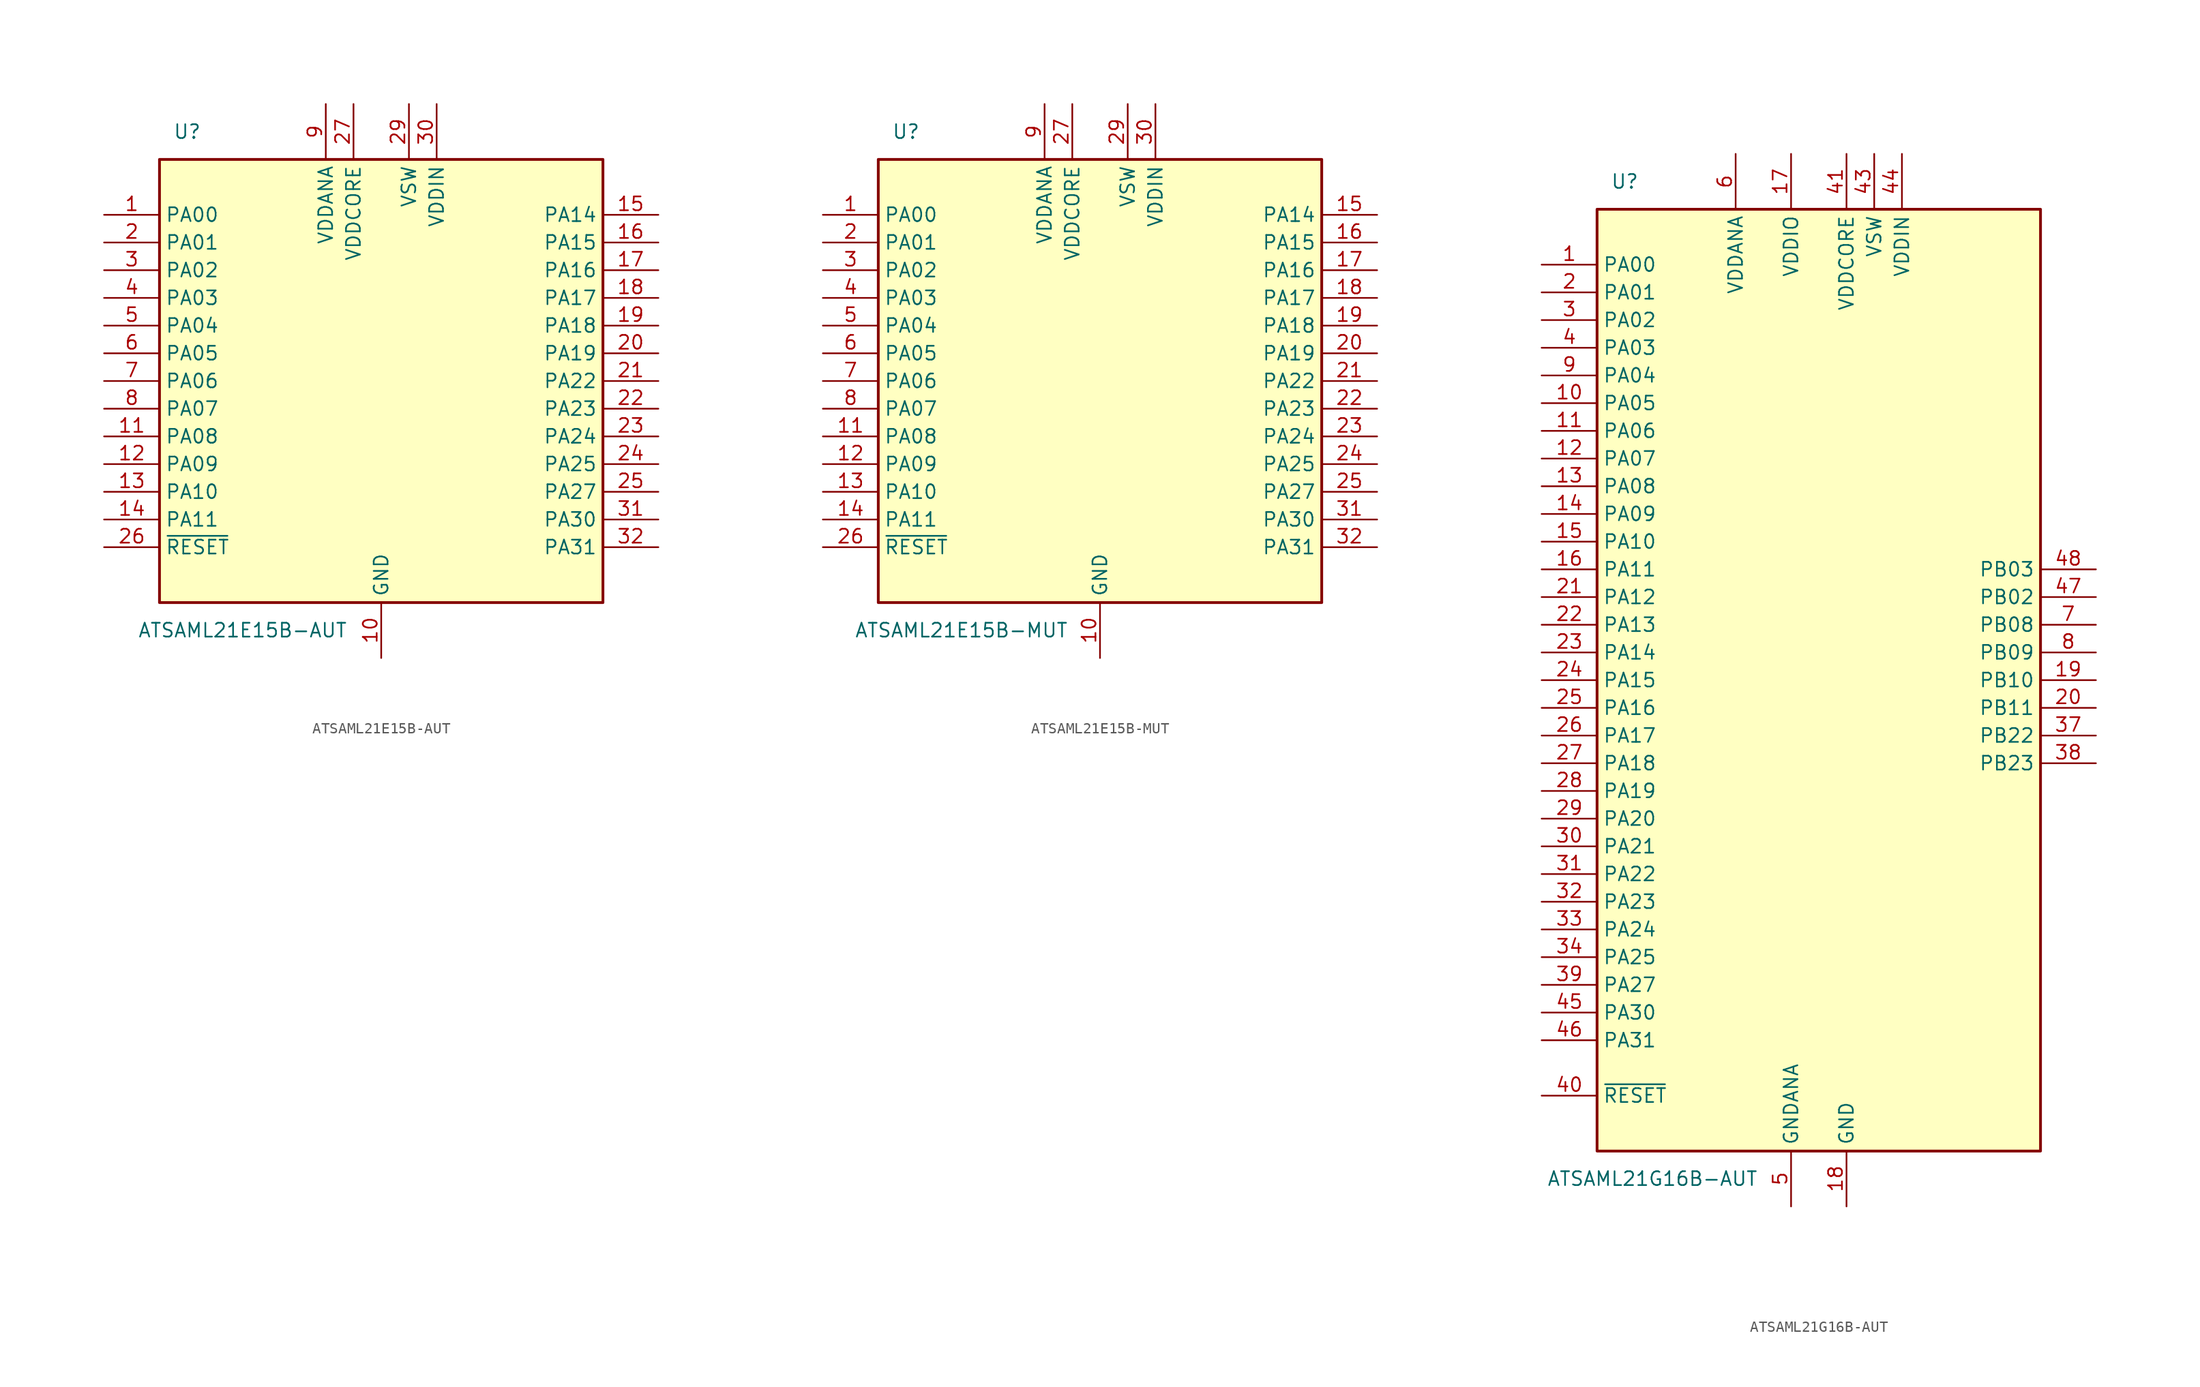
<source format=kicad_sym>
(kicad_symbol_lib
  (version 20201005)
  (generator kicad_symbol_editor)
  (symbol "ATSAML21E15B-AUT"
    (property "Reference" "U"
      (at -17.78 22.86 0)
      (effects (font (size 1.27 1.27))))
    (property "Value" "ATSAML21E15B-AUT"
      (at -12.7 -22.86 0)
      (effects (font (size 1.27 1.27))))
    (symbol "ATSAML21E15B-AUT_0_1"
      (rectangle (start -20.32 20.32) (end 20.32 -20.32) (stroke (width 0.254)) (fill (type background))))
    (symbol "ATSAML21E15B-AUT_1_1"
      (pin bidirectional line (at -25.4 15.24 0) (length 5.08) (name "PA00" (effects (font (size 1.27 1.27)))) (number "1" (effects (font (size 1.27 1.27)))))
      (pin power_in line (at 0 -25.4 90) (length 5.08) (name "GND" (effects (font (size 1.27 1.27)))) (number "10" (effects (font (size 1.27 1.27)))))
      (pin bidirectional line (at -25.4 -5.08 0) (length 5.08) (name "PA08" (effects (font (size 1.27 1.27)))) (number "11" (effects (font (size 1.27 1.27)))))
      (pin bidirectional line (at -25.4 -7.62 0) (length 5.08) (name "PA09" (effects (font (size 1.27 1.27)))) (number "12" (effects (font (size 1.27 1.27)))))
      (pin bidirectional line (at -25.4 -10.16 0) (length 5.08) (name "PA10" (effects (font (size 1.27 1.27)))) (number "13" (effects (font (size 1.27 1.27)))))
      (pin bidirectional line (at -25.4 -12.7 0) (length 5.08) (name "PA11" (effects (font (size 1.27 1.27)))) (number "14" (effects (font (size 1.27 1.27)))))
      (pin bidirectional line (at 25.4 15.24 180) (length 5.08) (name "PA14" (effects (font (size 1.27 1.27)))) (number "15" (effects (font (size 1.27 1.27)))))
      (pin bidirectional line (at 25.4 12.7 180) (length 5.08) (name "PA15" (effects (font (size 1.27 1.27)))) (number "16" (effects (font (size 1.27 1.27)))))
      (pin bidirectional line (at 25.4 10.16 180) (length 5.08) (name "PA16" (effects (font (size 1.27 1.27)))) (number "17" (effects (font (size 1.27 1.27)))))
      (pin bidirectional line (at 25.4 7.62 180) (length 5.08) (name "PA17" (effects (font (size 1.27 1.27)))) (number "18" (effects (font (size 1.27 1.27)))))
      (pin bidirectional line (at 25.4 5.08 180) (length 5.08) (name "PA18" (effects (font (size 1.27 1.27)))) (number "19" (effects (font (size 1.27 1.27)))))
      (pin bidirectional line (at -25.4 12.7 0) (length 5.08) (name "PA01" (effects (font (size 1.27 1.27)))) (number "2" (effects (font (size 1.27 1.27)))))
      (pin bidirectional line (at 25.4 2.54 180) (length 5.08) (name "PA19" (effects (font (size 1.27 1.27)))) (number "20" (effects (font (size 1.27 1.27)))))
      (pin bidirectional line (at 25.4 0 180) (length 5.08) (name "PA22" (effects (font (size 1.27 1.27)))) (number "21" (effects (font (size 1.27 1.27)))))
      (pin bidirectional line (at 25.4 -2.54 180) (length 5.08) (name "PA23" (effects (font (size 1.27 1.27)))) (number "22" (effects (font (size 1.27 1.27)))))
      (pin bidirectional line (at 25.4 -5.08 180) (length 5.08) (name "PA24" (effects (font (size 1.27 1.27)))) (number "23" (effects (font (size 1.27 1.27)))))
      (pin bidirectional line (at 25.4 -7.62 180) (length 5.08) (name "PA25" (effects (font (size 1.27 1.27)))) (number "24" (effects (font (size 1.27 1.27)))))
      (pin bidirectional line (at 25.4 -10.16 180) (length 5.08) (name "PA27" (effects (font (size 1.27 1.27)))) (number "25" (effects (font (size 1.27 1.27)))))
      (pin input line (at -25.4 -15.24 0) (length 5.08) (name "~RESET" (effects (font (size 1.27 1.27)))) (number "26" (effects (font (size 1.27 1.27)))))
      (pin power_in line (at -2.54 25.4 270) (length 5.08) (name "VDDCORE" (effects (font (size 1.27 1.27)))) (number "27" (effects (font (size 1.27 1.27)))))
      (pin passive line (at 0 -25.4 90) (length 5.08) hide (name "GND" (effects (font (size 1.27 1.27)))) (number "28" (effects (font (size 1.27 1.27)))))
      (pin power_out line (at 2.54 25.4 270) (length 5.08) (name "VSW" (effects (font (size 1.27 1.27)))) (number "29" (effects (font (size 1.27 1.27)))))
      (pin bidirectional line (at -25.4 10.16 0) (length 5.08) (name "PA02" (effects (font (size 1.27 1.27)))) (number "3" (effects (font (size 1.27 1.27)))))
      (pin power_in line (at 5.08 25.4 270) (length 5.08) (name "VDDIN" (effects (font (size 1.27 1.27)))) (number "30" (effects (font (size 1.27 1.27)))))
      (pin bidirectional line (at 25.4 -12.7 180) (length 5.08) (name "PA30" (effects (font (size 1.27 1.27)))) (number "31" (effects (font (size 1.27 1.27)))))
      (pin bidirectional line (at 25.4 -15.24 180) (length 5.08) (name "PA31" (effects (font (size 1.27 1.27)))) (number "32" (effects (font (size 1.27 1.27)))))
      (pin bidirectional line (at -25.4 7.62 0) (length 5.08) (name "PA03" (effects (font (size 1.27 1.27)))) (number "4" (effects (font (size 1.27 1.27)))))
      (pin bidirectional line (at -25.4 5.08 0) (length 5.08) (name "PA04" (effects (font (size 1.27 1.27)))) (number "5" (effects (font (size 1.27 1.27)))))
      (pin bidirectional line (at -25.4 2.54 0) (length 5.08) (name "PA05" (effects (font (size 1.27 1.27)))) (number "6" (effects (font (size 1.27 1.27)))))
      (pin bidirectional line (at -25.4 0 0) (length 5.08) (name "PA06" (effects (font (size 1.27 1.27)))) (number "7" (effects (font (size 1.27 1.27)))))
      (pin bidirectional line (at -25.4 -2.54 0) (length 5.08) (name "PA07" (effects (font (size 1.27 1.27)))) (number "8" (effects (font (size 1.27 1.27)))))
      (pin power_in line (at -5.08 25.4 270) (length 5.08) (name "VDDANA" (effects (font (size 1.27 1.27)))) (number "9" (effects (font (size 1.27 1.27)))))))
  (symbol "ATSAML21E15B-MUT"
    (property "Reference" "U"
      (at -17.78 22.86 0)
      (effects (font (size 1.27 1.27))))
    (property "Value" "ATSAML21E15B-MUT"
      (at -12.7 -22.86 0)
      (effects (font (size 1.27 1.27))))
    (symbol "ATSAML21E15B-MUT_0_1"
      (rectangle (start -20.32 20.32) (end 20.32 -20.32) (stroke (width 0.254)) (fill (type background))))
    (symbol "ATSAML21E15B-MUT_1_1"
      (pin bidirectional line (at -25.4 15.24 0) (length 5.08) (name "PA00" (effects (font (size 1.27 1.27)))) (number "1" (effects (font (size 1.27 1.27)))))
      (pin power_in line (at 0 -25.4 90) (length 5.08) (name "GND" (effects (font (size 1.27 1.27)))) (number "10" (effects (font (size 1.27 1.27)))))
      (pin bidirectional line (at -25.4 -5.08 0) (length 5.08) (name "PA08" (effects (font (size 1.27 1.27)))) (number "11" (effects (font (size 1.27 1.27)))))
      (pin bidirectional line (at -25.4 -7.62 0) (length 5.08) (name "PA09" (effects (font (size 1.27 1.27)))) (number "12" (effects (font (size 1.27 1.27)))))
      (pin bidirectional line (at -25.4 -10.16 0) (length 5.08) (name "PA10" (effects (font (size 1.27 1.27)))) (number "13" (effects (font (size 1.27 1.27)))))
      (pin bidirectional line (at -25.4 -12.7 0) (length 5.08) (name "PA11" (effects (font (size 1.27 1.27)))) (number "14" (effects (font (size 1.27 1.27)))))
      (pin bidirectional line (at 25.4 15.24 180) (length 5.08) (name "PA14" (effects (font (size 1.27 1.27)))) (number "15" (effects (font (size 1.27 1.27)))))
      (pin bidirectional line (at 25.4 12.7 180) (length 5.08) (name "PA15" (effects (font (size 1.27 1.27)))) (number "16" (effects (font (size 1.27 1.27)))))
      (pin bidirectional line (at 25.4 10.16 180) (length 5.08) (name "PA16" (effects (font (size 1.27 1.27)))) (number "17" (effects (font (size 1.27 1.27)))))
      (pin bidirectional line (at 25.4 7.62 180) (length 5.08) (name "PA17" (effects (font (size 1.27 1.27)))) (number "18" (effects (font (size 1.27 1.27)))))
      (pin bidirectional line (at 25.4 5.08 180) (length 5.08) (name "PA18" (effects (font (size 1.27 1.27)))) (number "19" (effects (font (size 1.27 1.27)))))
      (pin bidirectional line (at -25.4 12.7 0) (length 5.08) (name "PA01" (effects (font (size 1.27 1.27)))) (number "2" (effects (font (size 1.27 1.27)))))
      (pin bidirectional line (at 25.4 2.54 180) (length 5.08) (name "PA19" (effects (font (size 1.27 1.27)))) (number "20" (effects (font (size 1.27 1.27)))))
      (pin bidirectional line (at 25.4 0 180) (length 5.08) (name "PA22" (effects (font (size 1.27 1.27)))) (number "21" (effects (font (size 1.27 1.27)))))
      (pin bidirectional line (at 25.4 -2.54 180) (length 5.08) (name "PA23" (effects (font (size 1.27 1.27)))) (number "22" (effects (font (size 1.27 1.27)))))
      (pin bidirectional line (at 25.4 -5.08 180) (length 5.08) (name "PA24" (effects (font (size 1.27 1.27)))) (number "23" (effects (font (size 1.27 1.27)))))
      (pin bidirectional line (at 25.4 -7.62 180) (length 5.08) (name "PA25" (effects (font (size 1.27 1.27)))) (number "24" (effects (font (size 1.27 1.27)))))
      (pin bidirectional line (at 25.4 -10.16 180) (length 5.08) (name "PA27" (effects (font (size 1.27 1.27)))) (number "25" (effects (font (size 1.27 1.27)))))
      (pin input line (at -25.4 -15.24 0) (length 5.08) (name "~RESET" (effects (font (size 1.27 1.27)))) (number "26" (effects (font (size 1.27 1.27)))))
      (pin power_in line (at -2.54 25.4 270) (length 5.08) (name "VDDCORE" (effects (font (size 1.27 1.27)))) (number "27" (effects (font (size 1.27 1.27)))))
      (pin passive line (at 0 -25.4 90) (length 5.08) hide (name "GND" (effects (font (size 1.27 1.27)))) (number "28" (effects (font (size 1.27 1.27)))))
      (pin power_out line (at 2.54 25.4 270) (length 5.08) (name "VSW" (effects (font (size 1.27 1.27)))) (number "29" (effects (font (size 1.27 1.27)))))
      (pin bidirectional line (at -25.4 10.16 0) (length 5.08) (name "PA02" (effects (font (size 1.27 1.27)))) (number "3" (effects (font (size 1.27 1.27)))))
      (pin power_in line (at 5.08 25.4 270) (length 5.08) (name "VDDIN" (effects (font (size 1.27 1.27)))) (number "30" (effects (font (size 1.27 1.27)))))
      (pin bidirectional line (at 25.4 -12.7 180) (length 5.08) (name "PA30" (effects (font (size 1.27 1.27)))) (number "31" (effects (font (size 1.27 1.27)))))
      (pin bidirectional line (at 25.4 -15.24 180) (length 5.08) (name "PA31" (effects (font (size 1.27 1.27)))) (number "32" (effects (font (size 1.27 1.27)))))
      (pin bidirectional line (at -25.4 7.62 0) (length 5.08) (name "PA03" (effects (font (size 1.27 1.27)))) (number "4" (effects (font (size 1.27 1.27)))))
      (pin bidirectional line (at -25.4 5.08 0) (length 5.08) (name "PA04" (effects (font (size 1.27 1.27)))) (number "5" (effects (font (size 1.27 1.27)))))
      (pin bidirectional line (at -25.4 2.54 0) (length 5.08) (name "PA05" (effects (font (size 1.27 1.27)))) (number "6" (effects (font (size 1.27 1.27)))))
      (pin bidirectional line (at -25.4 0 0) (length 5.08) (name "PA06" (effects (font (size 1.27 1.27)))) (number "7" (effects (font (size 1.27 1.27)))))
      (pin bidirectional line (at -25.4 -2.54 0) (length 5.08) (name "PA07" (effects (font (size 1.27 1.27)))) (number "8" (effects (font (size 1.27 1.27)))))
      (pin power_in line (at -5.08 25.4 270) (length 5.08) (name "VDDANA" (effects (font (size 1.27 1.27)))) (number "9" (effects (font (size 1.27 1.27)))))))
  (symbol "ATSAML21G16B-AUT"
    (property "Reference" "U"
      (at -17.78 45.72 0)
      (effects (font (size 1.27 1.27))))
    (property "Value" "ATSAML21G16B-AUT"
      (at -15.24 -45.72 0)
      (effects (font (size 1.27 1.27))))
    (symbol "ATSAML21G16B-AUT_0_1"
      (rectangle (start -20.32 43.18) (end 20.32 -43.18) (stroke (width 0.254)) (fill (type background))))
    (symbol "ATSAML21G16B-AUT_1_1"
      (pin bidirectional line (at -25.4 38.1 0) (length 5.08) (name "PA00" (effects (font (size 1.27 1.27)))) (number "1" (effects (font (size 1.27 1.27)))))
      (pin bidirectional line (at -25.4 25.4 0) (length 5.08) (name "PA05" (effects (font (size 1.27 1.27)))) (number "10" (effects (font (size 1.27 1.27)))))
      (pin bidirectional line (at -25.4 22.86 0) (length 5.08) (name "PA06" (effects (font (size 1.27 1.27)))) (number "11" (effects (font (size 1.27 1.27)))))
      (pin bidirectional line (at -25.4 20.32 0) (length 5.08) (name "PA07" (effects (font (size 1.27 1.27)))) (number "12" (effects (font (size 1.27 1.27)))))
      (pin bidirectional line (at -25.4 17.78 0) (length 5.08) (name "PA08" (effects (font (size 1.27 1.27)))) (number "13" (effects (font (size 1.27 1.27)))))
      (pin bidirectional line (at -25.4 15.24 0) (length 5.08) (name "PA09" (effects (font (size 1.27 1.27)))) (number "14" (effects (font (size 1.27 1.27)))))
      (pin bidirectional line (at -25.4 12.7 0) (length 5.08) (name "PA10" (effects (font (size 1.27 1.27)))) (number "15" (effects (font (size 1.27 1.27)))))
      (pin bidirectional line (at -25.4 10.16 0) (length 5.08) (name "PA11" (effects (font (size 1.27 1.27)))) (number "16" (effects (font (size 1.27 1.27)))))
      (pin power_in line (at -2.54 48.26 270) (length 5.08) (name "VDDIO" (effects (font (size 1.27 1.27)))) (number "17" (effects (font (size 1.27 1.27)))))
      (pin power_in line (at 2.54 -48.26 90) (length 5.08) (name "GND" (effects (font (size 1.27 1.27)))) (number "18" (effects (font (size 1.27 1.27)))))
      (pin bidirectional line (at 25.4 0 180) (length 5.08) (name "PB10" (effects (font (size 1.27 1.27)))) (number "19" (effects (font (size 1.27 1.27)))))
      (pin bidirectional line (at -25.4 35.56 0) (length 5.08) (name "PA01" (effects (font (size 1.27 1.27)))) (number "2" (effects (font (size 1.27 1.27)))))
      (pin bidirectional line (at 25.4 -2.54 180) (length 5.08) (name "PB11" (effects (font (size 1.27 1.27)))) (number "20" (effects (font (size 1.27 1.27)))))
      (pin bidirectional line (at -25.4 7.62 0) (length 5.08) (name "PA12" (effects (font (size 1.27 1.27)))) (number "21" (effects (font (size 1.27 1.27)))))
      (pin bidirectional line (at -25.4 5.08 0) (length 5.08) (name "PA13" (effects (font (size 1.27 1.27)))) (number "22" (effects (font (size 1.27 1.27)))))
      (pin bidirectional line (at -25.4 2.54 0) (length 5.08) (name "PA14" (effects (font (size 1.27 1.27)))) (number "23" (effects (font (size 1.27 1.27)))))
      (pin bidirectional line (at -25.4 0 0) (length 5.08) (name "PA15" (effects (font (size 1.27 1.27)))) (number "24" (effects (font (size 1.27 1.27)))))
      (pin bidirectional line (at -25.4 -2.54 0) (length 5.08) (name "PA16" (effects (font (size 1.27 1.27)))) (number "25" (effects (font (size 1.27 1.27)))))
      (pin bidirectional line (at -25.4 -5.08 0) (length 5.08) (name "PA17" (effects (font (size 1.27 1.27)))) (number "26" (effects (font (size 1.27 1.27)))))
      (pin bidirectional line (at -25.4 -7.62 0) (length 5.08) (name "PA18" (effects (font (size 1.27 1.27)))) (number "27" (effects (font (size 1.27 1.27)))))
      (pin bidirectional line (at -25.4 -10.16 0) (length 5.08) (name "PA19" (effects (font (size 1.27 1.27)))) (number "28" (effects (font (size 1.27 1.27)))))
      (pin bidirectional line (at -25.4 -12.7 0) (length 5.08) (name "PA20" (effects (font (size 1.27 1.27)))) (number "29" (effects (font (size 1.27 1.27)))))
      (pin bidirectional line (at -25.4 33.02 0) (length 5.08) (name "PA02" (effects (font (size 1.27 1.27)))) (number "3" (effects (font (size 1.27 1.27)))))
      (pin bidirectional line (at -25.4 -15.24 0) (length 5.08) (name "PA21" (effects (font (size 1.27 1.27)))) (number "30" (effects (font (size 1.27 1.27)))))
      (pin bidirectional line (at -25.4 -17.78 0) (length 5.08) (name "PA22" (effects (font (size 1.27 1.27)))) (number "31" (effects (font (size 1.27 1.27)))))
      (pin bidirectional line (at -25.4 -20.32 0) (length 5.08) (name "PA23" (effects (font (size 1.27 1.27)))) (number "32" (effects (font (size 1.27 1.27)))))
      (pin bidirectional line (at -25.4 -22.86 0) (length 5.08) (name "PA24" (effects (font (size 1.27 1.27)))) (number "33" (effects (font (size 1.27 1.27)))))
      (pin bidirectional line (at -25.4 -25.4 0) (length 5.08) (name "PA25" (effects (font (size 1.27 1.27)))) (number "34" (effects (font (size 1.27 1.27)))))
      (pin passive line (at 2.54 -48.26 90) (length 5.08) hide (name "GND" (effects (font (size 1.27 1.27)))) (number "35" (effects (font (size 1.27 1.27)))))
      (pin passive line (at -2.54 48.26 270) (length 5.08) hide (name "VDDIO" (effects (font (size 1.27 1.27)))) (number "36" (effects (font (size 1.27 1.27)))))
      (pin bidirectional line (at 25.4 -5.08 180) (length 5.08) (name "PB22" (effects (font (size 1.27 1.27)))) (number "37" (effects (font (size 1.27 1.27)))))
      (pin bidirectional line (at 25.4 -7.62 180) (length 5.08) (name "PB23" (effects (font (size 1.27 1.27)))) (number "38" (effects (font (size 1.27 1.27)))))
      (pin bidirectional line (at -25.4 -27.94 0) (length 5.08) (name "PA27" (effects (font (size 1.27 1.27)))) (number "39" (effects (font (size 1.27 1.27)))))
      (pin bidirectional line (at -25.4 30.48 0) (length 5.08) (name "PA03" (effects (font (size 1.27 1.27)))) (number "4" (effects (font (size 1.27 1.27)))))
      (pin input line (at -25.4 -38.1 0) (length 5.08) (name "~RESET" (effects (font (size 1.27 1.27)))) (number "40" (effects (font (size 1.27 1.27)))))
      (pin bidirectional line (at 2.54 48.26 270) (length 5.08) (name "VDDCORE" (effects (font (size 1.27 1.27)))) (number "41" (effects (font (size 1.27 1.27)))))
      (pin passive line (at 2.54 -48.26 90) (length 5.08) hide (name "GND" (effects (font (size 1.27 1.27)))) (number "42" (effects (font (size 1.27 1.27)))))
      (pin bidirectional line (at 5.08 48.26 270) (length 5.08) (name "VSW" (effects (font (size 1.27 1.27)))) (number "43" (effects (font (size 1.27 1.27)))))
      (pin bidirectional line (at 7.62 48.26 270) (length 5.08) (name "VDDIN" (effects (font (size 1.27 1.27)))) (number "44" (effects (font (size 1.27 1.27)))))
      (pin bidirectional line (at -25.4 -30.48 0) (length 5.08) (name "PA30" (effects (font (size 1.27 1.27)))) (number "45" (effects (font (size 1.27 1.27)))))
      (pin bidirectional line (at -25.4 -33.02 0) (length 5.08) (name "PA31" (effects (font (size 1.27 1.27)))) (number "46" (effects (font (size 1.27 1.27)))))
      (pin bidirectional line (at 25.4 7.62 180) (length 5.08) (name "PB02" (effects (font (size 1.27 1.27)))) (number "47" (effects (font (size 1.27 1.27)))))
      (pin bidirectional line (at 25.4 10.16 180) (length 5.08) (name "PB03" (effects (font (size 1.27 1.27)))) (number "48" (effects (font (size 1.27 1.27)))))
      (pin power_in line (at -2.54 -48.26 90) (length 5.08) (name "GNDANA" (effects (font (size 1.27 1.27)))) (number "5" (effects (font (size 1.27 1.27)))))
      (pin bidirectional line (at -7.62 48.26 270) (length 5.08) (name "VDDANA" (effects (font (size 1.27 1.27)))) (number "6" (effects (font (size 1.27 1.27)))))
      (pin bidirectional line (at 25.4 5.08 180) (length 5.08) (name "PB08" (effects (font (size 1.27 1.27)))) (number "7" (effects (font (size 1.27 1.27)))))
      (pin bidirectional line (at 25.4 2.54 180) (length 5.08) (name "PB09" (effects (font (size 1.27 1.27)))) (number "8" (effects (font (size 1.27 1.27)))))
      (pin bidirectional line (at -25.4 27.94 0) (length 5.08) (name "PA04" (effects (font (size 1.27 1.27)))) (number "9" (effects (font (size 1.27 1.27))))))))
</source>
